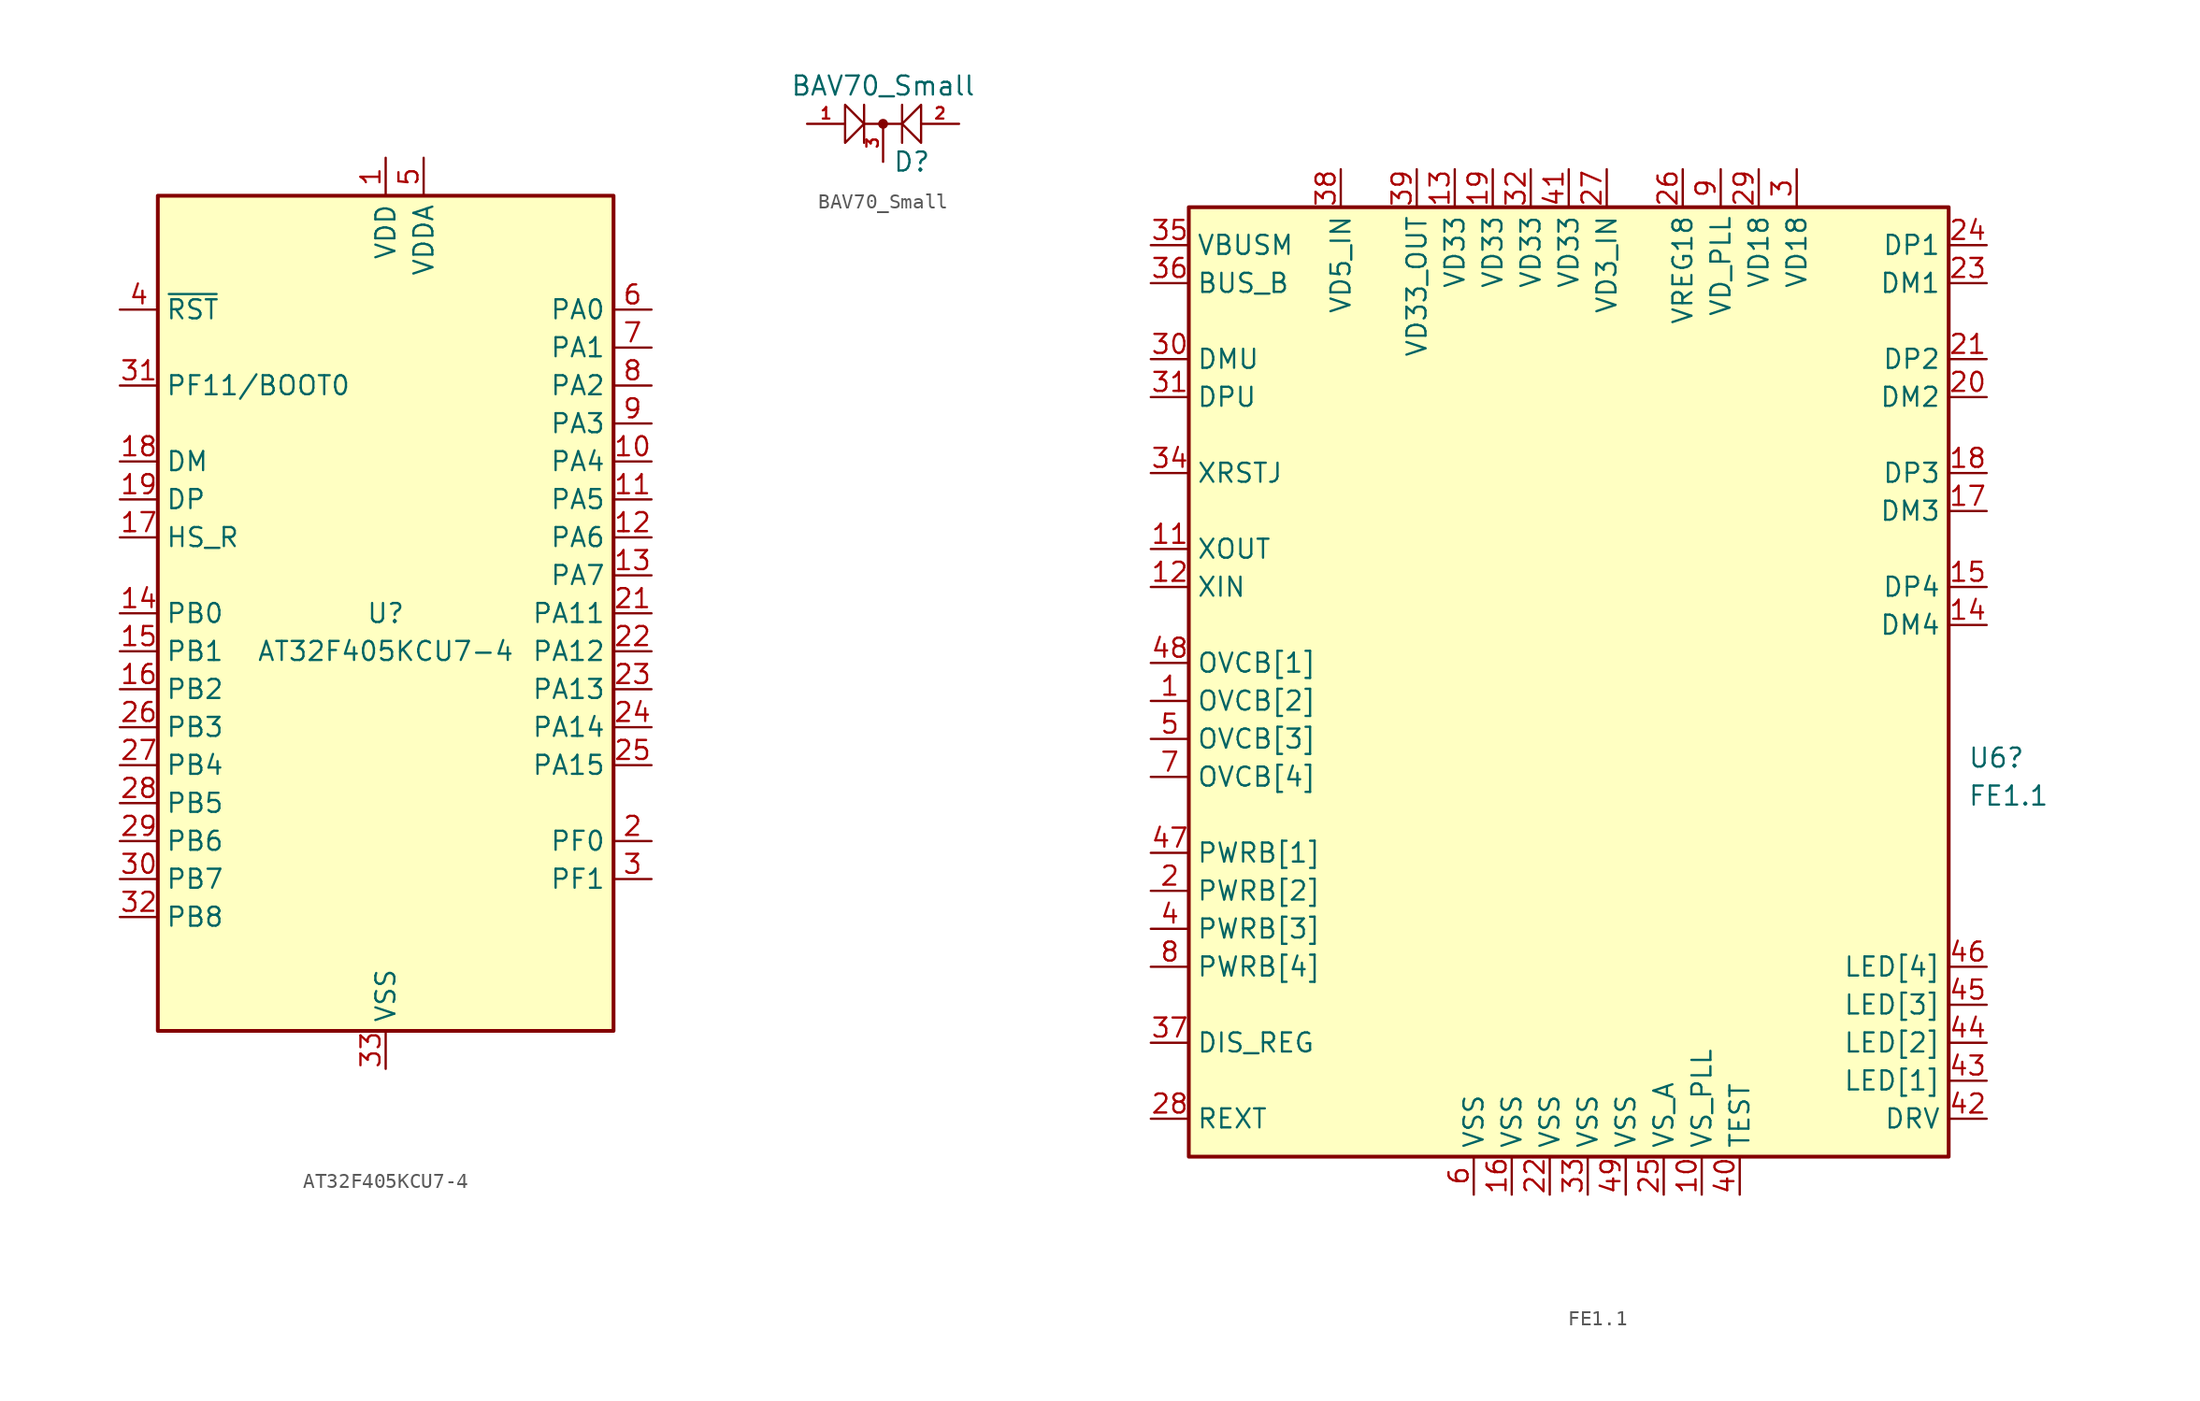
<source format=kicad_sym>
(kicad_symbol_lib
  (version 20231120)
  (generator "kicad_symbol_editor")
  (generator_version "8.0")
  (symbol "AT32F405KCU7-4"
    (property "Reference" "U"
      (at 0 0 0)
      (do_not_autoplace)
      (effects (font (size 1.27 1.27))))
    (property "Value" "AT32F405KCU7-4"
      (at 0 -2.54 0)
      (effects (font (size 1.27 1.27))))
    (symbol "AT32F405KCU7-4_0_0"
      (pin power_in line (at 0 30.48 270) (length 2.54) (name "VDD" (effects (font (size 1.27 1.27)))) (number "1" (effects (font (size 1.27 1.27)))))
      (pin bidirectional line (at 17.78 10.16 180) (length 2.54) (name "PA4" (effects (font (size 1.27 1.27)))) (number "10" (effects (font (size 1.27 1.27)))))
      (pin bidirectional line (at 17.78 7.62 180) (length 2.54) (name "PA5" (effects (font (size 1.27 1.27)))) (number "11" (effects (font (size 1.27 1.27)))))
      (pin bidirectional line (at 17.78 5.08 180) (length 2.54) (name "PA6" (effects (font (size 1.27 1.27)))) (number "12" (effects (font (size 1.27 1.27)))))
      (pin bidirectional line (at 17.78 2.54 180) (length 2.54) (name "PA7" (effects (font (size 1.27 1.27)))) (number "13" (effects (font (size 1.27 1.27)))))
      (pin bidirectional line (at -17.78 0 0) (length 2.54) (name "PB0" (effects (font (size 1.27 1.27)))) (number "14" (effects (font (size 1.27 1.27)))))
      (pin bidirectional line (at -17.78 -2.54 0) (length 2.54) (name "PB1" (effects (font (size 1.27 1.27)))) (number "15" (effects (font (size 1.27 1.27)))))
      (pin bidirectional line (at -17.78 -5.08 0) (length 2.54) (name "PB2" (effects (font (size 1.27 1.27)))) (number "16" (effects (font (size 1.27 1.27)))))
      (pin passive line (at -17.78 5.08 0) (length 2.54) (name "HS_R" (effects (font (size 1.27 1.27)))) (number "17" (effects (font (size 1.27 1.27)))))
      (pin bidirectional line (at -17.78 10.16 0) (length 2.54) (name "DM" (effects (font (size 1.27 1.27)))) (number "18" (effects (font (size 1.27 1.27)))))
      (pin bidirectional line (at -17.78 7.62 0) (length 2.54) (name "DP" (effects (font (size 1.27 1.27)))) (number "19" (effects (font (size 1.27 1.27)))))
      (pin bidirectional line (at 17.78 0 180) (length 2.54) (name "PA11" (effects (font (size 1.27 1.27)))) (number "21" (effects (font (size 1.27 1.27)))))
      (pin bidirectional line (at 17.78 -2.54 180) (length 2.54) (name "PA12" (effects (font (size 1.27 1.27)))) (number "22" (effects (font (size 1.27 1.27)))))
      (pin bidirectional line (at 17.78 -5.08 180) (length 2.54) (name "PA13" (effects (font (size 1.27 1.27)))) (number "23" (effects (font (size 1.27 1.27)))))
      (pin bidirectional line (at 17.78 -7.62 180) (length 2.54) (name "PA14" (effects (font (size 1.27 1.27)))) (number "24" (effects (font (size 1.27 1.27)))))
      (pin bidirectional line (at 17.78 -10.16 180) (length 2.54) (name "PA15" (effects (font (size 1.27 1.27)))) (number "25" (effects (font (size 1.27 1.27)))))
      (pin bidirectional line (at -17.78 -7.62 0) (length 2.54) (name "PB3" (effects (font (size 1.27 1.27)))) (number "26" (effects (font (size 1.27 1.27)))))
      (pin bidirectional line (at -17.78 -10.16 0) (length 2.54) (name "PB4" (effects (font (size 1.27 1.27)))) (number "27" (effects (font (size 1.27 1.27)))))
      (pin bidirectional line (at -17.78 -12.7 0) (length 2.54) (name "PB5" (effects (font (size 1.27 1.27)))) (number "28" (effects (font (size 1.27 1.27)))))
      (pin bidirectional line (at -17.78 -15.24 0) (length 2.54) (name "PB6" (effects (font (size 1.27 1.27)))) (number "29" (effects (font (size 1.27 1.27)))))
      (pin bidirectional line (at 17.78 -17.78 180) (length 2.54) (name "PF1" (effects (font (size 1.27 1.27)))) (number "3" (effects (font (size 1.27 1.27)))))
      (pin bidirectional line (at -17.78 -17.78 0) (length 2.54) (name "PB7" (effects (font (size 1.27 1.27)))) (number "30" (effects (font (size 1.27 1.27)))))
      (pin bidirectional line (at -17.78 15.24 0) (length 2.54) (name "PF11/BOOT0" (effects (font (size 1.27 1.27)))) (number "31" (effects (font (size 1.27 1.27)))))
      (pin bidirectional line (at -17.78 -20.32 0) (length 2.54) (name "PB8" (effects (font (size 1.27 1.27)))) (number "32" (effects (font (size 1.27 1.27)))))
      (pin input line (at -17.78 20.32 0) (length 2.54) (name "~{RST}" (effects (font (size 1.27 1.27)))) (number "4" (effects (font (size 1.27 1.27)))))
      (pin power_in line (at 2.54 30.48 270) (length 2.54) (name "VDDA" (effects (font (size 1.27 1.27)))) (number "5" (effects (font (size 1.27 1.27)))))
      (pin bidirectional line (at 17.78 20.32 180) (length 2.54) (name "PA0" (effects (font (size 1.27 1.27)))) (number "6" (effects (font (size 1.27 1.27)))))
      (pin bidirectional line (at 17.78 17.78 180) (length 2.54) (name "PA1" (effects (font (size 1.27 1.27)))) (number "7" (effects (font (size 1.27 1.27)))))
      (pin bidirectional line (at 17.78 15.24 180) (length 2.54) (name "PA2" (effects (font (size 1.27 1.27)))) (number "8" (effects (font (size 1.27 1.27)))))
      (pin bidirectional line (at 17.78 12.7 180) (length 2.54) (name "PA3" (effects (font (size 1.27 1.27)))) (number "9" (effects (font (size 1.27 1.27))))))
    (symbol "AT32F405KCU7-4_0_1"
      (rectangle (start -15.24 27.94) (end 15.24 -27.94) (stroke (width 0.254) (type default)) (fill (type background))))
    (symbol "AT32F405KCU7-4_1_0"
      (pin bidirectional line (at 17.78 -15.24 180) (length 2.54) (name "PF0" (effects (font (size 1.27 1.27)))) (number "2" (effects (font (size 1.27 1.27)))))
      (pin passive line (at 0 30.48 270) (length 2.54) hide (name "VDD" (effects (font (size 1.27 1.27)))) (number "20" (effects (font (size 1.27 1.27)))))
      (pin power_in line (at 0 -30.48 90) (length 2.54) (name "VSS" (effects (font (size 1.27 1.27)))) (number "33" (effects (font (size 1.27 1.27)))))))
  (symbol "BAV70_Small"
    (pin_names
      (offset 0.762) hide)
    (property "Reference" "D"
      (at 0.635 -2.54 0)
      (effects (font (size 1.27 1.27)) (justify left)))
    (property "Value" "BAV70_Small"
      (at 0 2.54 0)
      (effects (font (size 1.27 1.27))))
    (symbol "BAV70_Small_0_1"
      (polyline (pts (xy -1.27 1.27) (xy -1.27 -1.27)) (stroke (width 0) (type default)) (fill (type none)))
      (polyline (pts (xy 1.27 0) (xy -1.27 0)) (stroke (width 0) (type default)) (fill (type none)))
      (polyline (pts (xy 1.27 1.27) (xy 1.27 -1.27)) (stroke (width 0) (type default)) (fill (type none)))
      (polyline (pts (xy -2.54 1.27) (xy -2.54 -1.27) (xy -1.27 0) (xy -2.54 1.27)) (stroke (width 0) (type default)) (fill (type none)))
      (polyline (pts (xy 2.54 1.27) (xy 2.54 -1.27) (xy 1.27 0) (xy 2.54 1.27)) (stroke (width 0) (type default)) (fill (type none)))
      (circle (center 0 0) (radius 0.254) (stroke (width 0) (type default)) (fill (type outline))))
    (symbol "BAV70_Small_1_1"
      (pin input line (at -5.08 0 0) (length 2.54) (name "A1" (effects (font (size 0.762 0.762)))) (number "1" (effects (font (size 0.762 0.762)))))
      (pin input line (at 5.08 0 180) (length 2.54) (name "A2" (effects (font (size 0.762 0.762)))) (number "2" (effects (font (size 0.762 0.762)))))
      (pin passive line (at 0 -2.54 90) (length 2.54) (name "K" (effects (font (size 0.508 0.508)))) (number "3" (effects (font (size 0.762 0.762)))))))
  (symbol "FE1.1"
    (property "Reference" "U6"
      (at 24.13 -6.35 0)
      (effects (font (size 1.27 1.27)) (justify left)))
    (property "Value" "FE1.1"
      (at 24.13 -8.89 0)
      (effects (font (size 1.27 1.27)) (justify left)))
    (symbol "FE1.1_0_0"
      (pin input line (at -30.48 -2.54 0) (length 2.54) (name "OVCB[2]" (effects (font (size 1.27 1.27)))) (number "1" (effects (font (size 1.27 1.27)))))
      (pin power_in line (at 6.35 -35.56 90) (length 2.54) (name "VS_PLL" (effects (font (size 1.27 1.27)))) (number "10" (effects (font (size 1.27 1.27)))))
      (pin output line (at -30.48 7.62 0) (length 2.54) (name "XOUT" (effects (font (size 1.27 1.27)))) (number "11" (effects (font (size 1.27 1.27)))))
      (pin input line (at -30.48 5.08 0) (length 2.54) (name "XIN" (effects (font (size 1.27 1.27)))) (number "12" (effects (font (size 1.27 1.27)))))
      (pin power_in line (at -10.16 33.02 270) (length 2.54) (name "VD33" (effects (font (size 1.27 1.27)))) (number "13" (effects (font (size 1.27 1.27)))))
      (pin bidirectional line (at 25.4 2.54 180) (length 2.54) (name "DM4" (effects (font (size 1.27 1.27)))) (number "14" (effects (font (size 1.27 1.27)))))
      (pin bidirectional line (at 25.4 5.08 180) (length 2.54) (name "DP4" (effects (font (size 1.27 1.27)))) (number "15" (effects (font (size 1.27 1.27)))))
      (pin power_in line (at -6.35 -35.56 90) (length 2.54) (name "VSS" (effects (font (size 1.27 1.27)))) (number "16" (effects (font (size 1.27 1.27)))))
      (pin bidirectional line (at 25.4 10.16 180) (length 2.54) (name "DM3" (effects (font (size 1.27 1.27)))) (number "17" (effects (font (size 1.27 1.27)))))
      (pin bidirectional line (at 25.4 12.7 180) (length 2.54) (name "DP3" (effects (font (size 1.27 1.27)))) (number "18" (effects (font (size 1.27 1.27)))))
      (pin power_in line (at -7.62 33.02 270) (length 2.54) (name "VD33" (effects (font (size 1.27 1.27)))) (number "19" (effects (font (size 1.27 1.27)))))
      (pin output line (at -30.48 -15.24 0) (length 2.54) (name "PWRB[2]" (effects (font (size 1.27 1.27)))) (number "2" (effects (font (size 1.27 1.27)))))
      (pin bidirectional line (at 25.4 17.78 180) (length 2.54) (name "DM2" (effects (font (size 1.27 1.27)))) (number "20" (effects (font (size 1.27 1.27)))))
      (pin bidirectional line (at 25.4 20.32 180) (length 2.54) (name "DP2" (effects (font (size 1.27 1.27)))) (number "21" (effects (font (size 1.27 1.27)))))
      (pin power_in line (at -3.81 -35.56 90) (length 2.54) (name "VSS" (effects (font (size 1.27 1.27)))) (number "22" (effects (font (size 1.27 1.27)))))
      (pin bidirectional line (at 25.4 25.4 180) (length 2.54) (name "DM1" (effects (font (size 1.27 1.27)))) (number "23" (effects (font (size 1.27 1.27)))))
      (pin bidirectional line (at 25.4 27.94 180) (length 2.54) (name "DP1" (effects (font (size 1.27 1.27)))) (number "24" (effects (font (size 1.27 1.27)))))
      (pin power_in line (at 3.81 -35.56 90) (length 2.54) (name "VS_A" (effects (font (size 1.27 1.27)))) (number "25" (effects (font (size 1.27 1.27)))))
      (pin power_out line (at 5.08 33.02 270) (length 2.54) (name "VREG18" (effects (font (size 1.27 1.27)))) (number "26" (effects (font (size 1.27 1.27)))))
      (pin power_in line (at 0 33.02 270) (length 2.54) (name "VD3_IN" (effects (font (size 1.27 1.27)))) (number "27" (effects (font (size 1.27 1.27)))))
      (pin input line (at -30.48 -30.48 0) (length 2.54) (name "REXT" (effects (font (size 1.27 1.27)))) (number "28" (effects (font (size 1.27 1.27)))))
      (pin power_in line (at 10.16 33.02 270) (length 2.54) (name "VD18" (effects (font (size 1.27 1.27)))) (number "29" (effects (font (size 1.27 1.27)))))
      (pin power_in line (at 12.7 33.02 270) (length 2.54) (name "VD18" (effects (font (size 1.27 1.27)))) (number "3" (effects (font (size 1.27 1.27)))))
      (pin bidirectional line (at -30.48 20.32 0) (length 2.54) (name "DMU" (effects (font (size 1.27 1.27)))) (number "30" (effects (font (size 1.27 1.27)))))
      (pin bidirectional line (at -30.48 17.78 0) (length 2.54) (name "DPU" (effects (font (size 1.27 1.27)))) (number "31" (effects (font (size 1.27 1.27)))))
      (pin power_in line (at -5.08 33.02 270) (length 2.54) (name "VD33" (effects (font (size 1.27 1.27)))) (number "32" (effects (font (size 1.27 1.27)))))
      (pin power_in line (at -1.27 -35.56 90) (length 2.54) (name "VSS" (effects (font (size 1.27 1.27)))) (number "33" (effects (font (size 1.27 1.27)))))
      (pin input line (at -30.48 12.7 0) (length 2.54) (name "XRSTJ" (effects (font (size 1.27 1.27)))) (number "34" (effects (font (size 1.27 1.27)))))
      (pin input line (at -30.48 27.94 0) (length 2.54) (name "VBUSM" (effects (font (size 1.27 1.27)))) (number "35" (effects (font (size 1.27 1.27)))))
      (pin input line (at -30.48 25.4 0) (length 2.54) (name "BUS_B" (effects (font (size 1.27 1.27)))) (number "36" (effects (font (size 1.27 1.27)))))
      (pin input line (at -30.48 -25.4 0) (length 2.54) (name "DIS_REG" (effects (font (size 1.27 1.27)))) (number "37" (effects (font (size 1.27 1.27)))))
      (pin power_in line (at -17.78 33.02 270) (length 2.54) (name "VD5_IN" (effects (font (size 1.27 1.27)))) (number "38" (effects (font (size 1.27 1.27)))))
      (pin power_out line (at -12.7 33.02 270) (length 2.54) (name "VD33_OUT" (effects (font (size 1.27 1.27)))) (number "39" (effects (font (size 1.27 1.27)))))
      (pin output line (at -30.48 -17.78 0) (length 2.54) (name "PWRB[3]" (effects (font (size 1.27 1.27)))) (number "4" (effects (font (size 1.27 1.27)))))
      (pin input line (at 8.89 -35.56 90) (length 2.54) (name "TEST" (effects (font (size 1.27 1.27)))) (number "40" (effects (font (size 1.27 1.27)))))
      (pin power_in line (at -2.54 33.02 270) (length 2.54) (name "VD33" (effects (font (size 1.27 1.27)))) (number "41" (effects (font (size 1.27 1.27)))))
      (pin bidirectional line (at 25.4 -30.48 180) (length 2.54) (name "DRV" (effects (font (size 1.27 1.27)))) (number "42" (effects (font (size 1.27 1.27)))))
      (pin bidirectional line (at 25.4 -27.94 180) (length 2.54) (name "LED[1]" (effects (font (size 1.27 1.27)))) (number "43" (effects (font (size 1.27 1.27)))))
      (pin bidirectional line (at 25.4 -25.4 180) (length 2.54) (name "LED[2]" (effects (font (size 1.27 1.27)))) (number "44" (effects (font (size 1.27 1.27)))))
      (pin bidirectional line (at 25.4 -22.86 180) (length 2.54) (name "LED[3]" (effects (font (size 1.27 1.27)))) (number "45" (effects (font (size 1.27 1.27)))))
      (pin bidirectional line (at 25.4 -20.32 180) (length 2.54) (name "LED[4]" (effects (font (size 1.27 1.27)))) (number "46" (effects (font (size 1.27 1.27)))))
      (pin output line (at -30.48 -12.7 0) (length 2.54) (name "PWRB[1]" (effects (font (size 1.27 1.27)))) (number "47" (effects (font (size 1.27 1.27)))))
      (pin input line (at -30.48 0 0) (length 2.54) (name "OVCB[1]" (effects (font (size 1.27 1.27)))) (number "48" (effects (font (size 1.27 1.27)))))
      (pin power_in line (at 1.27 -35.56 90) (length 2.54) (name "VSS" (effects (font (size 1.27 1.27)))) (number "49" (effects (font (size 1.27 1.27)))))
      (pin input line (at -30.48 -5.08 0) (length 2.54) (name "OVCB[3]" (effects (font (size 1.27 1.27)))) (number "5" (effects (font (size 1.27 1.27)))))
      (pin power_in line (at -8.89 -35.56 90) (length 2.54) (name "VSS" (effects (font (size 1.27 1.27)))) (number "6" (effects (font (size 1.27 1.27)))))
      (pin input line (at -30.48 -7.62 0) (length 2.54) (name "OVCB[4]" (effects (font (size 1.27 1.27)))) (number "7" (effects (font (size 1.27 1.27)))))
      (pin output line (at -30.48 -20.32 0) (length 2.54) (name "PWRB[4]" (effects (font (size 1.27 1.27)))) (number "8" (effects (font (size 1.27 1.27))))))
    (symbol "FE1.1_0_1"
      (rectangle (start -27.94 30.48) (end 22.86 -33.02) (stroke (width 0.254) (type default)) (fill (type background))))
    (symbol "FE1.1_1_0"
      (pin power_in line (at 7.62 33.02 270) (length 2.54) (name "VD_PLL" (effects (font (size 1.27 1.27)))) (number "9" (effects (font (size 1.27 1.27))))))))
</source>
